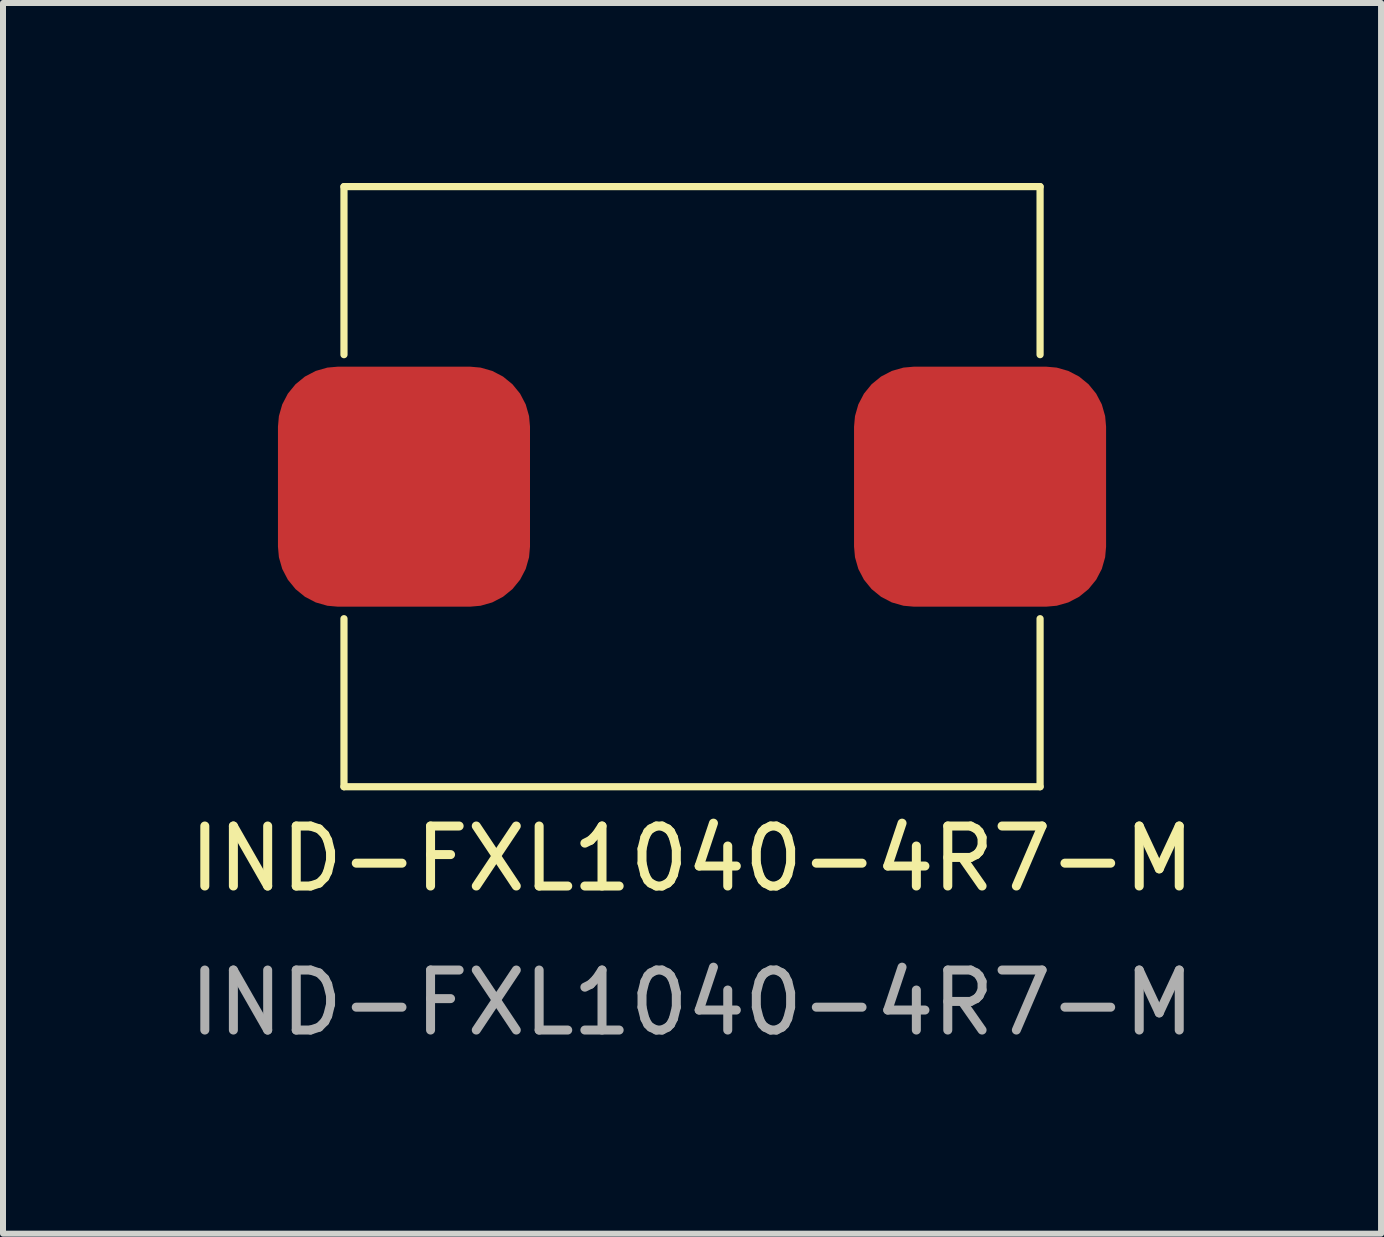
<source format=kicad_pcb>
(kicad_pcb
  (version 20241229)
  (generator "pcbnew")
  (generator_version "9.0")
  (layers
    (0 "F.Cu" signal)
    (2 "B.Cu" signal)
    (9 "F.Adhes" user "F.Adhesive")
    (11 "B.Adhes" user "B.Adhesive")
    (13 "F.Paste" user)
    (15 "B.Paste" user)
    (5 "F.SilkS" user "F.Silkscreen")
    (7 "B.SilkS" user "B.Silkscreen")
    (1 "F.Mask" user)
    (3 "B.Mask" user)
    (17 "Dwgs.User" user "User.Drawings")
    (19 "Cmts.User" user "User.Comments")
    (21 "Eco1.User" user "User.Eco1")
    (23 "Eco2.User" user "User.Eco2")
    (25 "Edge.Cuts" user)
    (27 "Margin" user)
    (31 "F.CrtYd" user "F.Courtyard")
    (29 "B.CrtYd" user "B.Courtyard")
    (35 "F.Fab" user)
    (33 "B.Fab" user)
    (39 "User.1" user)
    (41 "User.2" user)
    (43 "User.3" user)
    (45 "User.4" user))
  (footprint "IND-FXL1040-4R7-M"
    (layer "F.Cu")
    (at 8.482 5.06)
    (property "Reference" "IND-FXL1040-4R7-M" (at 0 6.2 0) (unlocked yes) (layer "F.SilkS") (effects (font (size 1 1) (thickness 0.15))))
    (attr smd)
    (fp_line (start -5.8 -5) (end -5.8 -2.2) (stroke (width 0.12) (type solid)) (layer "F.SilkS"))
    (fp_line (start -5.8 -5) (end 5.8 -5) (stroke (width 0.12) (type solid)) (layer "F.SilkS"))
    (fp_line (start -5.8 2.2) (end -5.8 5) (stroke (width 0.12) (type solid)) (layer "F.SilkS"))
    (fp_line (start 5.8 -5) (end 5.8 -2.2) (stroke (width 0.12) (type solid)) (layer "F.SilkS"))
    (fp_line (start 5.8 2.2) (end 5.8 5) (stroke (width 0.12) (type solid)) (layer "F.SilkS"))
    (fp_line (start 5.8 5) (end -5.8 5) (stroke (width 0.12) (type solid)) (layer "F.SilkS"))
    (fp_text user "${REFERENCE}" (at 0 8.6 0) (unlocked yes) (layer "F.Fab") (effects (font (size 1 1) (thickness 0.15))))
    (pad "1" smd roundrect (at -4.8 0) (size 4.2 4) (layers "F.Cu" "F.Mask" "F.Paste") (roundrect_rratio 0.25))
    (pad "2" smd roundrect (at 4.8 0) (size 4.2 4) (layers "F.Cu" "F.Mask" "F.Paste") (roundrect_rratio 0.25)))
  (gr_rect
    (start -3 -3)
    (end 19.964 17.508)
    (stroke (width 0.1) (type default))
    (fill no)
    (layer "Edge.Cuts")))
</source>
